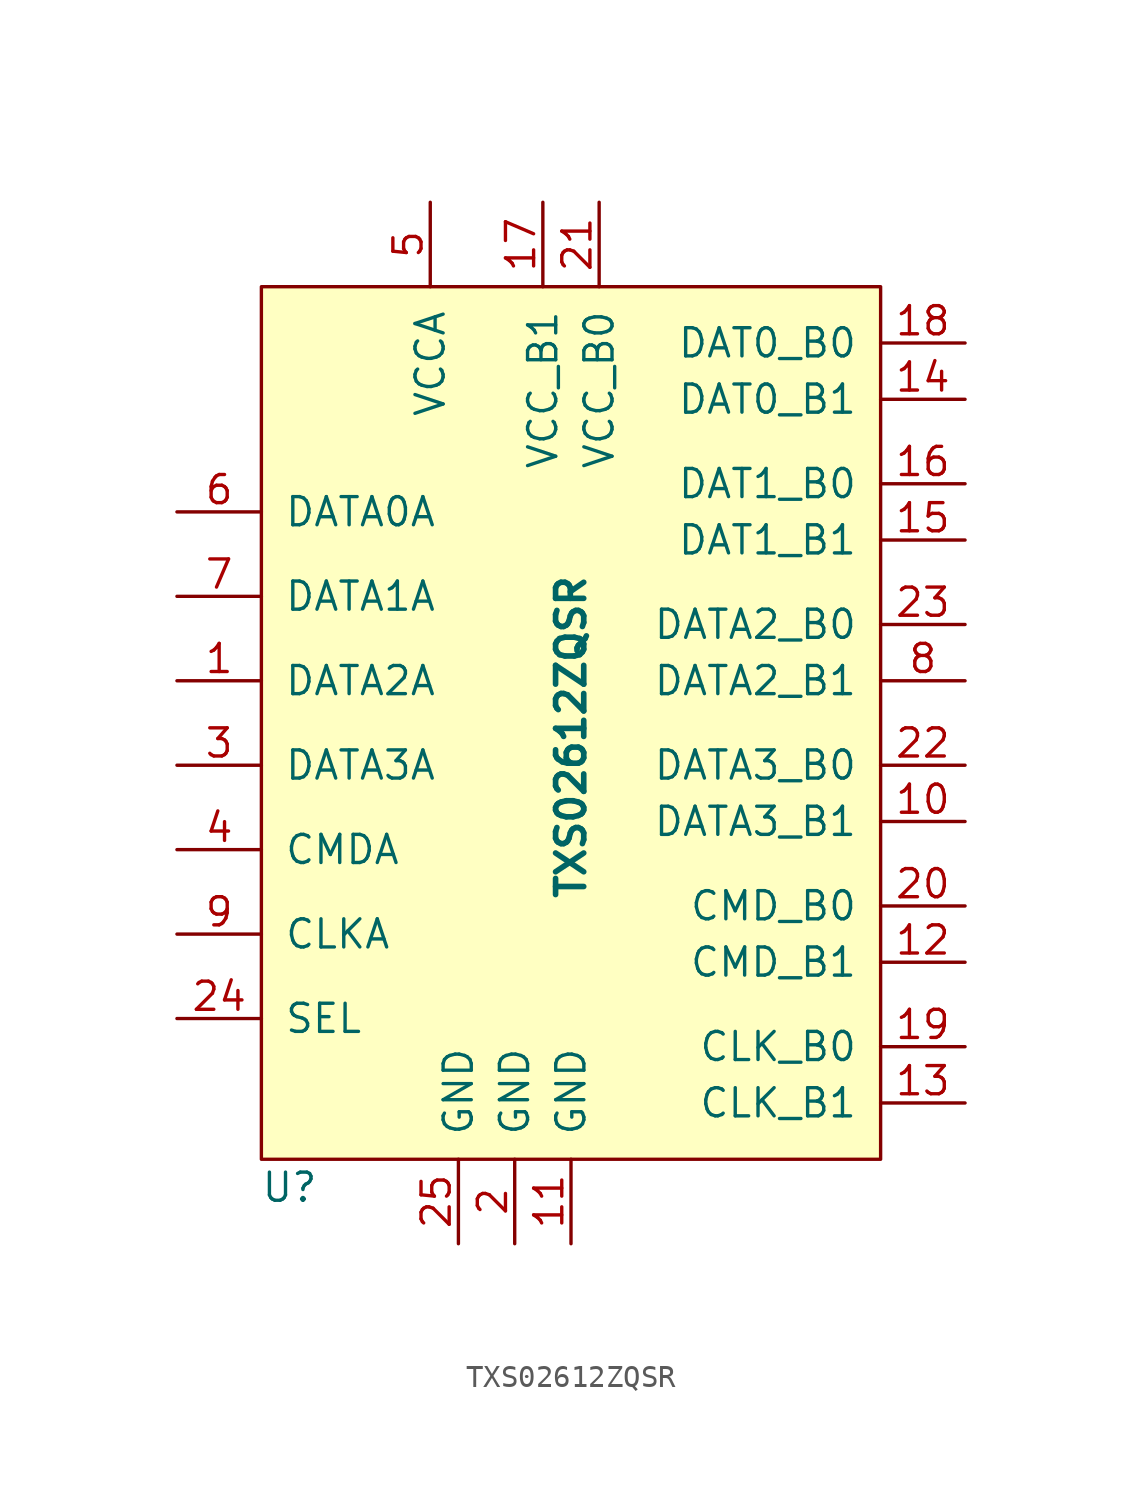
<source format=kicad_sym>
(kicad_symbol_lib
  (version 20220914)
  (generator kicad_symbol_editor)
  (symbol "TXS02612ZQSR"
    (pin_names
      (offset 1.016))
    (property "Reference" "U"
      (at -12.7 -20.32 0)
      (effects (font (size 1.27 1.27))))
    (property "Value" "TXS02612ZQSR"
      (at 0 0 90)
      (effects (font (size 1.27 1.27) bold)))
    (symbol "TXS02612ZQSR_0_1"
      (rectangle (start -13.97 20.32) (end 13.97 -19.05) (stroke (width 0) (type solid)) (fill (type background))))
    (symbol "TXS02612ZQSR_1_1"
      (pin bidirectional line (at -17.78 2.54 0) (length 3.81) (name "DATA2A" (effects (font (size 1.27 1.27)))) (number "1" (effects (font (size 1.27 1.27)))))
      (pin bidirectional line (at 17.78 -3.81 180) (length 3.81) (name "DATA3_B1" (effects (font (size 1.27 1.27)))) (number "10" (effects (font (size 1.27 1.27)))))
      (pin power_in line (at 0 -22.86 90) (length 3.81) (name "GND" (effects (font (size 1.27 1.27)))) (number "11" (effects (font (size 1.27 1.27)))))
      (pin bidirectional line (at 17.78 -10.16 180) (length 3.81) (name "CMD_B1" (effects (font (size 1.27 1.27)))) (number "12" (effects (font (size 1.27 1.27)))))
      (pin bidirectional line (at 17.78 -16.51 180) (length 3.81) (name "CLK_B1" (effects (font (size 1.27 1.27)))) (number "13" (effects (font (size 1.27 1.27)))))
      (pin bidirectional line (at 17.78 15.24 180) (length 3.81) (name "DAT0_B1" (effects (font (size 1.27 1.27)))) (number "14" (effects (font (size 1.27 1.27)))))
      (pin bidirectional line (at 17.78 8.89 180) (length 3.81) (name "DAT1_B1" (effects (font (size 1.27 1.27)))) (number "15" (effects (font (size 1.27 1.27)))))
      (pin bidirectional line (at 17.78 11.43 180) (length 3.81) (name "DAT1_B0" (effects (font (size 1.27 1.27)))) (number "16" (effects (font (size 1.27 1.27)))))
      (pin power_in line (at -1.27 24.13 270) (length 3.81) (name "VCC_B1" (effects (font (size 1.27 1.27)))) (number "17" (effects (font (size 1.27 1.27)))))
      (pin bidirectional line (at 17.78 17.78 180) (length 3.81) (name "DAT0_B0" (effects (font (size 1.27 1.27)))) (number "18" (effects (font (size 1.27 1.27)))))
      (pin bidirectional line (at 17.78 -13.97 180) (length 3.81) (name "CLK_B0" (effects (font (size 1.27 1.27)))) (number "19" (effects (font (size 1.27 1.27)))))
      (pin power_in line (at -2.54 -22.86 90) (length 3.81) (name "GND" (effects (font (size 1.27 1.27)))) (number "2" (effects (font (size 1.27 1.27)))))
      (pin bidirectional line (at 17.78 -7.62 180) (length 3.81) (name "CMD_B0" (effects (font (size 1.27 1.27)))) (number "20" (effects (font (size 1.27 1.27)))))
      (pin power_in line (at 1.27 24.13 270) (length 3.81) (name "VCC_B0" (effects (font (size 1.27 1.27)))) (number "21" (effects (font (size 1.27 1.27)))))
      (pin bidirectional line (at 17.78 -1.27 180) (length 3.81) (name "DATA3_B0" (effects (font (size 1.27 1.27)))) (number "22" (effects (font (size 1.27 1.27)))))
      (pin bidirectional line (at 17.78 5.08 180) (length 3.81) (name "DATA2_B0" (effects (font (size 1.27 1.27)))) (number "23" (effects (font (size 1.27 1.27)))))
      (pin bidirectional line (at -17.78 -12.7 0) (length 3.81) (name "SEL" (effects (font (size 1.27 1.27)))) (number "24" (effects (font (size 1.27 1.27)))))
      (pin power_in line (at -5.08 -22.86 90) (length 3.81) (name "GND" (effects (font (size 1.27 1.27)))) (number "25" (effects (font (size 1.27 1.27)))))
      (pin bidirectional line (at -17.78 -1.27 0) (length 3.81) (name "DATA3A" (effects (font (size 1.27 1.27)))) (number "3" (effects (font (size 1.27 1.27)))))
      (pin bidirectional line (at -17.78 -5.08 0) (length 3.81) (name "CMDA" (effects (font (size 1.27 1.27)))) (number "4" (effects (font (size 1.27 1.27)))))
      (pin power_in line (at -6.35 24.13 270) (length 3.81) (name "VCCA" (effects (font (size 1.27 1.27)))) (number "5" (effects (font (size 1.27 1.27)))))
      (pin bidirectional line (at -17.78 10.16 0) (length 3.81) (name "DATA0A" (effects (font (size 1.27 1.27)))) (number "6" (effects (font (size 1.27 1.27)))))
      (pin bidirectional line (at -17.78 6.35 0) (length 3.81) (name "DATA1A" (effects (font (size 1.27 1.27)))) (number "7" (effects (font (size 1.27 1.27)))))
      (pin bidirectional line (at 17.78 2.54 180) (length 3.81) (name "DATA2_B1" (effects (font (size 1.27 1.27)))) (number "8" (effects (font (size 1.27 1.27)))))
      (pin bidirectional line (at -17.78 -8.89 0) (length 3.81) (name "CLKA" (effects (font (size 1.27 1.27)))) (number "9" (effects (font (size 1.27 1.27))))))))
</source>
